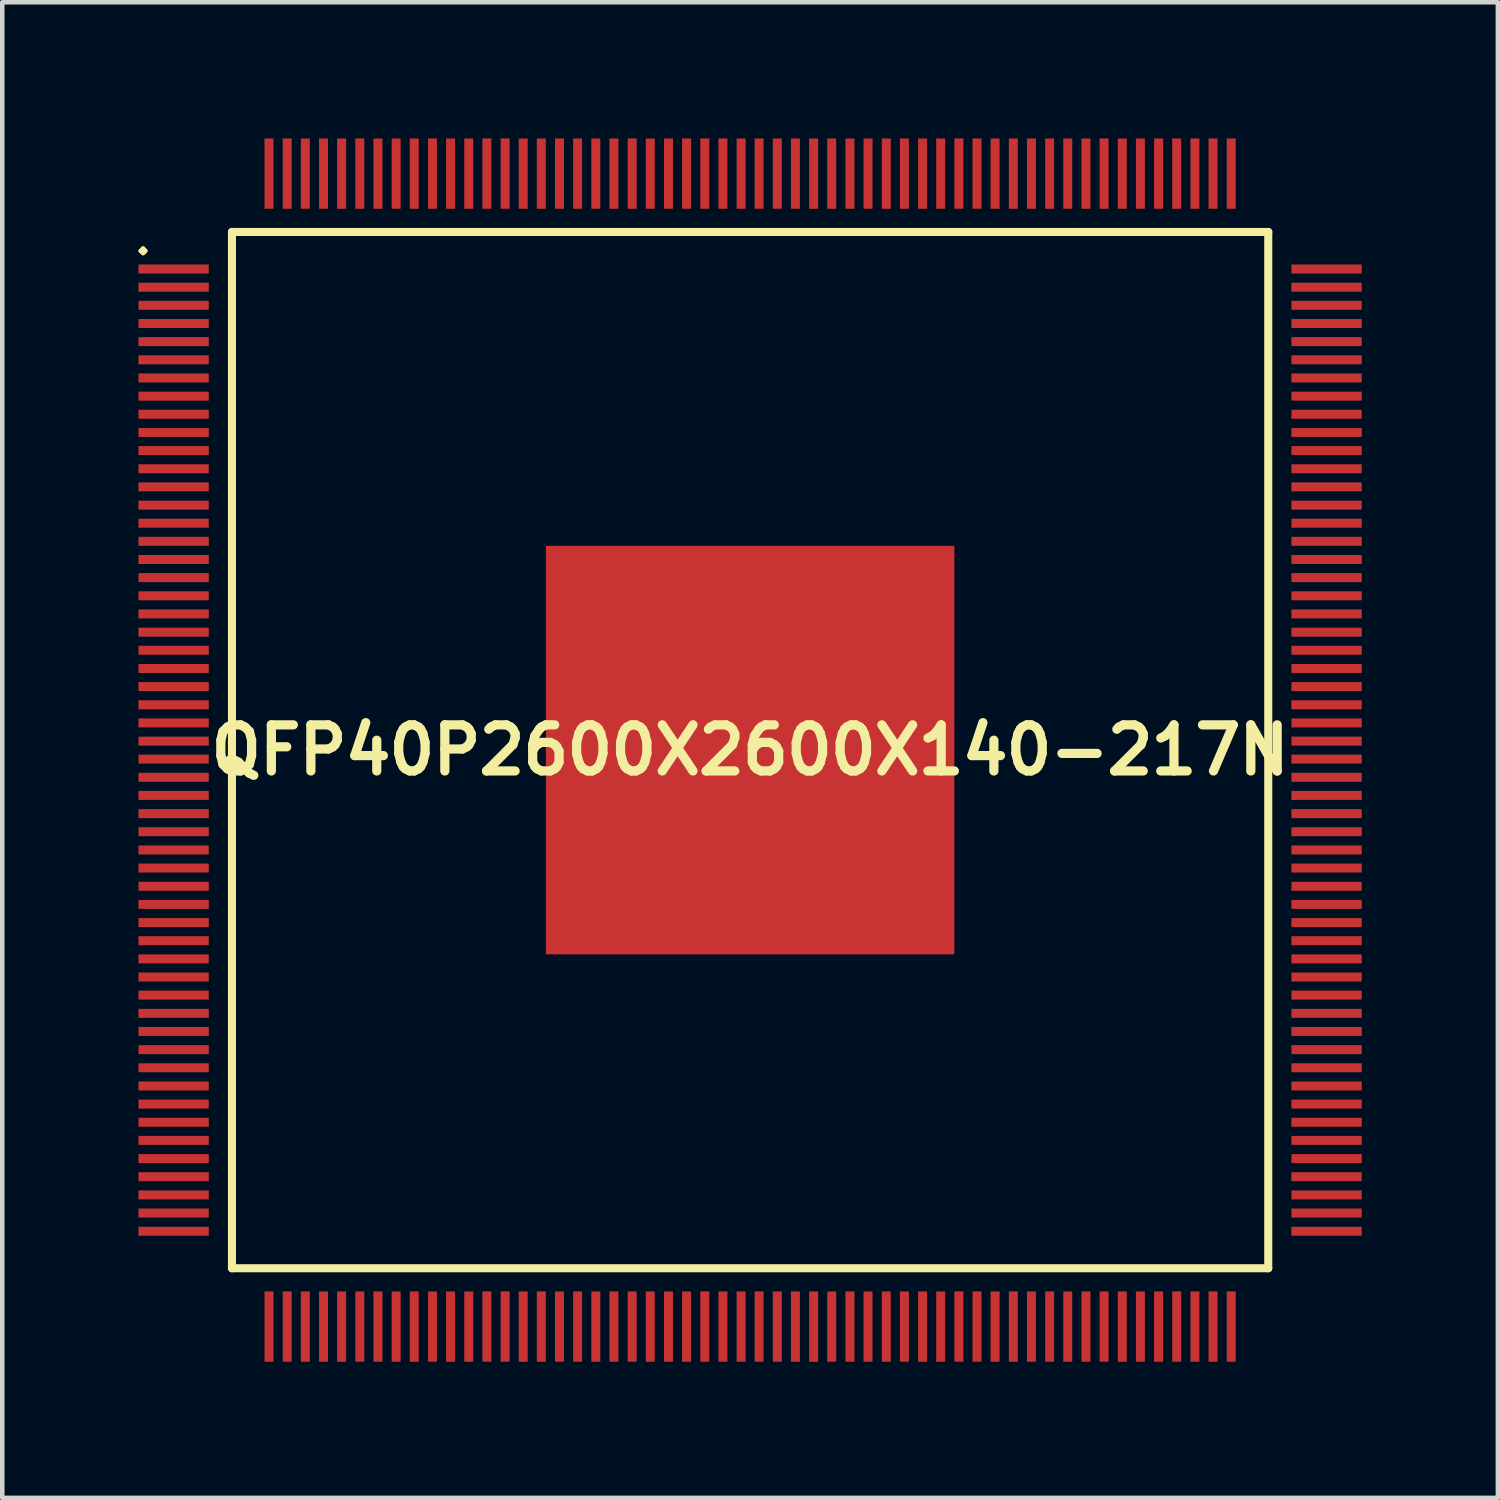
<source format=kicad_pcb>
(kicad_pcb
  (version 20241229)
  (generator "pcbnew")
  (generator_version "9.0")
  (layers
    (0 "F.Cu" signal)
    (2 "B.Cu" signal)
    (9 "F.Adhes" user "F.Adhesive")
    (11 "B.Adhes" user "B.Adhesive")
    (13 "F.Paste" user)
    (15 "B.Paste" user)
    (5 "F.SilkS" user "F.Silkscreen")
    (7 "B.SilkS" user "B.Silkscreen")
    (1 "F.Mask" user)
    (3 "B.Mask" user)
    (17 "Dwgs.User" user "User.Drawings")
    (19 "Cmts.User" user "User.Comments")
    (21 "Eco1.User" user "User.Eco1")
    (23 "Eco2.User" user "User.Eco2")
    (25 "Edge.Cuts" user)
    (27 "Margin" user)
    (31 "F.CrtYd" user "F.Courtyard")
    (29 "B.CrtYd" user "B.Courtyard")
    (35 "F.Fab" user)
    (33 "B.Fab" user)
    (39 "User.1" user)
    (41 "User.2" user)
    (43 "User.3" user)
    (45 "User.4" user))
  (footprint "QFP40P2600X2600X140-217N"
    (layer "F.Cu")
    (at 13.475 13.475)
    (property "Reference" "QFP40P2600X2600X140-217N" (at 0 0 0) (layer "F.SilkS") (effects (font (size 1.016 1.016) (thickness 0.203))))
    (attr smd)
    (fp_line (start -13.424 -10.998) (end -13.373 -11.049) (stroke (width 0.099) (type solid)) (layer "F.SilkS"))
    (fp_line (start -13.373 -11.049) (end -13.325 -10.998) (stroke (width 0.099) (type solid)) (layer "F.SilkS"))
    (fp_line (start -13.373 -10.95) (end -13.424 -10.998) (stroke (width 0.099) (type solid)) (layer "F.SilkS"))
    (fp_line (start -13.325 -10.998) (end -13.373 -10.95) (stroke (width 0.099) (type solid)) (layer "F.SilkS"))
    (fp_line (start -11.415 -11.415) (end -11.415 11.415) (stroke (width 0.178) (type solid)) (layer "F.SilkS"))
    (fp_line (start -11.415 11.415) (end 11.415 11.415) (stroke (width 0.178) (type solid)) (layer "F.SilkS"))
    (fp_line (start 11.415 -11.415) (end -11.415 -11.415) (stroke (width 0.178) (type solid)) (layer "F.SilkS"))
    (fp_line (start 11.415 11.415) (end 11.415 -11.415) (stroke (width 0.178) (type solid)) (layer "F.SilkS"))
    (pad "1" smd rect (at -12.7 -10.599) (size 1.549 0.198) (layers "F.Cu" "F.Mask" "F.Paste"))
    (pad "2" smd rect (at -12.7 -10.198) (size 1.549 0.198) (layers "F.Cu" "F.Mask" "F.Paste"))
    (pad "3" smd rect (at -12.7 -9.799) (size 1.549 0.198) (layers "F.Cu" "F.Mask" "F.Paste"))
    (pad "4" smd rect (at -12.7 -9.398) (size 1.549 0.198) (layers "F.Cu" "F.Mask" "F.Paste"))
    (pad "5" smd rect (at -12.7 -8.999) (size 1.549 0.198) (layers "F.Cu" "F.Mask" "F.Paste"))
    (pad "6" smd rect (at -12.7 -8.598) (size 1.549 0.198) (layers "F.Cu" "F.Mask" "F.Paste"))
    (pad "7" smd rect (at -12.7 -8.199) (size 1.549 0.198) (layers "F.Cu" "F.Mask" "F.Paste"))
    (pad "8" smd rect (at -12.7 -7.798) (size 1.549 0.198) (layers "F.Cu" "F.Mask" "F.Paste"))
    (pad "9" smd rect (at -12.7 -7.399) (size 1.549 0.198) (layers "F.Cu" "F.Mask" "F.Paste"))
    (pad "10" smd rect (at -12.7 -6.998) (size 1.549 0.198) (layers "F.Cu" "F.Mask" "F.Paste"))
    (pad "11" smd rect (at -12.7 -6.599) (size 1.549 0.198) (layers "F.Cu" "F.Mask" "F.Paste"))
    (pad "12" smd rect (at -12.7 -6.198) (size 1.549 0.198) (layers "F.Cu" "F.Mask" "F.Paste"))
    (pad "13" smd rect (at -12.7 -5.799) (size 1.549 0.198) (layers "F.Cu" "F.Mask" "F.Paste"))
    (pad "14" smd rect (at -12.7 -5.397) (size 1.549 0.198) (layers "F.Cu" "F.Mask" "F.Paste"))
    (pad "15" smd rect (at -12.7 -4.999) (size 1.549 0.198) (layers "F.Cu" "F.Mask" "F.Paste"))
    (pad "16" smd rect (at -12.7 -4.6) (size 1.549 0.198) (layers "F.Cu" "F.Mask" "F.Paste"))
    (pad "17" smd rect (at -12.7 -4.199) (size 1.549 0.198) (layers "F.Cu" "F.Mask" "F.Paste"))
    (pad "18" smd rect (at -12.7 -3.8) (size 1.549 0.198) (layers "F.Cu" "F.Mask" "F.Paste"))
    (pad "19" smd rect (at -12.7 -3.399) (size 1.549 0.198) (layers "F.Cu" "F.Mask" "F.Paste"))
    (pad "20" smd rect (at -12.7 -3) (size 1.549 0.198) (layers "F.Cu" "F.Mask" "F.Paste"))
    (pad "21" smd rect (at -12.7 -2.598) (size 1.549 0.198) (layers "F.Cu" "F.Mask" "F.Paste"))
    (pad "22" smd rect (at -12.7 -2.2) (size 1.549 0.198) (layers "F.Cu" "F.Mask" "F.Paste"))
    (pad "23" smd rect (at -12.7 -1.798) (size 1.549 0.198) (layers "F.Cu" "F.Mask" "F.Paste"))
    (pad "24" smd rect (at -12.7 -1.4) (size 1.549 0.198) (layers "F.Cu" "F.Mask" "F.Paste"))
    (pad "25" smd rect (at -12.7 -0.998) (size 1.549 0.198) (layers "F.Cu" "F.Mask" "F.Paste"))
    (pad "26" smd rect (at -12.7 -0.599) (size 1.549 0.198) (layers "F.Cu" "F.Mask" "F.Paste"))
    (pad "27" smd rect (at -12.7 -0.198) (size 1.549 0.198) (layers "F.Cu" "F.Mask" "F.Paste"))
    (pad "28" smd rect (at -12.7 0.198) (size 1.549 0.198) (layers "F.Cu" "F.Mask" "F.Paste"))
    (pad "29" smd rect (at -12.7 0.599) (size 1.549 0.198) (layers "F.Cu" "F.Mask" "F.Paste"))
    (pad "30" smd rect (at -12.7 0.998) (size 1.549 0.198) (layers "F.Cu" "F.Mask" "F.Paste"))
    (pad "31" smd rect (at -12.7 1.4) (size 1.549 0.198) (layers "F.Cu" "F.Mask" "F.Paste"))
    (pad "32" smd rect (at -12.7 1.798) (size 1.549 0.198) (layers "F.Cu" "F.Mask" "F.Paste"))
    (pad "33" smd rect (at -12.7 2.2) (size 1.549 0.198) (layers "F.Cu" "F.Mask" "F.Paste"))
    (pad "34" smd rect (at -12.7 2.598) (size 1.549 0.198) (layers "F.Cu" "F.Mask" "F.Paste"))
    (pad "35" smd rect (at -12.7 3) (size 1.549 0.198) (layers "F.Cu" "F.Mask" "F.Paste"))
    (pad "36" smd rect (at -12.7 3.399) (size 1.549 0.198) (layers "F.Cu" "F.Mask" "F.Paste"))
    (pad "37" smd rect (at -12.7 3.8) (size 1.549 0.198) (layers "F.Cu" "F.Mask" "F.Paste"))
    (pad "38" smd rect (at -12.7 4.199) (size 1.549 0.198) (layers "F.Cu" "F.Mask" "F.Paste"))
    (pad "39" smd rect (at -12.7 4.6) (size 1.549 0.198) (layers "F.Cu" "F.Mask" "F.Paste"))
    (pad "40" smd rect (at -12.7 4.999) (size 1.549 0.198) (layers "F.Cu" "F.Mask" "F.Paste"))
    (pad "41" smd rect (at -12.7 5.397) (size 1.549 0.198) (layers "F.Cu" "F.Mask" "F.Paste"))
    (pad "42" smd rect (at -12.7 5.799) (size 1.549 0.198) (layers "F.Cu" "F.Mask" "F.Paste"))
    (pad "43" smd rect (at -12.7 6.198) (size 1.549 0.198) (layers "F.Cu" "F.Mask" "F.Paste"))
    (pad "44" smd rect (at -12.7 6.599) (size 1.549 0.198) (layers "F.Cu" "F.Mask" "F.Paste"))
    (pad "45" smd rect (at -12.7 6.998) (size 1.549 0.198) (layers "F.Cu" "F.Mask" "F.Paste"))
    (pad "46" smd rect (at -12.7 7.399) (size 1.549 0.198) (layers "F.Cu" "F.Mask" "F.Paste"))
    (pad "47" smd rect (at -12.7 7.798) (size 1.549 0.198) (layers "F.Cu" "F.Mask" "F.Paste"))
    (pad "48" smd rect (at -12.7 8.199) (size 1.549 0.198) (layers "F.Cu" "F.Mask" "F.Paste"))
    (pad "49" smd rect (at -12.7 8.598) (size 1.549 0.198) (layers "F.Cu" "F.Mask" "F.Paste"))
    (pad "50" smd rect (at -12.7 8.999) (size 1.549 0.198) (layers "F.Cu" "F.Mask" "F.Paste"))
    (pad "51" smd rect (at -12.7 9.398) (size 1.549 0.198) (layers "F.Cu" "F.Mask" "F.Paste"))
    (pad "52" smd rect (at -12.7 9.799) (size 1.549 0.198) (layers "F.Cu" "F.Mask" "F.Paste"))
    (pad "53" smd rect (at -12.7 10.198) (size 1.549 0.198) (layers "F.Cu" "F.Mask" "F.Paste"))
    (pad "54" smd rect (at -12.7 10.599) (size 1.549 0.198) (layers "F.Cu" "F.Mask" "F.Paste"))
    (pad "55" smd rect (at -10.599 12.7) (size 0.198 1.549) (layers "F.Cu" "F.Mask" "F.Paste"))
    (pad "56" smd rect (at -10.198 12.7) (size 0.198 1.549) (layers "F.Cu" "F.Mask" "F.Paste"))
    (pad "57" smd rect (at -9.799 12.7) (size 0.198 1.549) (layers "F.Cu" "F.Mask" "F.Paste"))
    (pad "58" smd rect (at -9.398 12.7) (size 0.198 1.549) (layers "F.Cu" "F.Mask" "F.Paste"))
    (pad "59" smd rect (at -8.999 12.7) (size 0.198 1.549) (layers "F.Cu" "F.Mask" "F.Paste"))
    (pad "60" smd rect (at -8.598 12.7) (size 0.198 1.549) (layers "F.Cu" "F.Mask" "F.Paste"))
    (pad "61" smd rect (at -8.199 12.7) (size 0.198 1.549) (layers "F.Cu" "F.Mask" "F.Paste"))
    (pad "62" smd rect (at -7.798 12.7) (size 0.198 1.549) (layers "F.Cu" "F.Mask" "F.Paste"))
    (pad "63" smd rect (at -7.399 12.7) (size 0.198 1.549) (layers "F.Cu" "F.Mask" "F.Paste"))
    (pad "64" smd rect (at -6.998 12.7) (size 0.198 1.549) (layers "F.Cu" "F.Mask" "F.Paste"))
    (pad "65" smd rect (at -6.599 12.7) (size 0.198 1.549) (layers "F.Cu" "F.Mask" "F.Paste"))
    (pad "66" smd rect (at -6.198 12.7) (size 0.198 1.549) (layers "F.Cu" "F.Mask" "F.Paste"))
    (pad "67" smd rect (at -5.799 12.7) (size 0.198 1.549) (layers "F.Cu" "F.Mask" "F.Paste"))
    (pad "68" smd rect (at -5.397 12.7) (size 0.198 1.549) (layers "F.Cu" "F.Mask" "F.Paste"))
    (pad "69" smd rect (at -4.999 12.7) (size 0.198 1.549) (layers "F.Cu" "F.Mask" "F.Paste"))
    (pad "70" smd rect (at -4.6 12.7) (size 0.198 1.549) (layers "F.Cu" "F.Mask" "F.Paste"))
    (pad "71" smd rect (at -4.199 12.7) (size 0.198 1.549) (layers "F.Cu" "F.Mask" "F.Paste"))
    (pad "72" smd rect (at -3.8 12.7) (size 0.198 1.549) (layers "F.Cu" "F.Mask" "F.Paste"))
    (pad "73" smd rect (at -3.399 12.7) (size 0.198 1.549) (layers "F.Cu" "F.Mask" "F.Paste"))
    (pad "74" smd rect (at -3 12.7) (size 0.198 1.549) (layers "F.Cu" "F.Mask" "F.Paste"))
    (pad "75" smd rect (at -2.598 12.7) (size 0.198 1.549) (layers "F.Cu" "F.Mask" "F.Paste"))
    (pad "76" smd rect (at -2.2 12.7) (size 0.198 1.549) (layers "F.Cu" "F.Mask" "F.Paste"))
    (pad "77" smd rect (at -1.798 12.7) (size 0.198 1.549) (layers "F.Cu" "F.Mask" "F.Paste"))
    (pad "78" smd rect (at -1.4 12.7) (size 0.198 1.549) (layers "F.Cu" "F.Mask" "F.Paste"))
    (pad "79" smd rect (at -0.998 12.7) (size 0.198 1.549) (layers "F.Cu" "F.Mask" "F.Paste"))
    (pad "80" smd rect (at -0.599 12.7) (size 0.198 1.549) (layers "F.Cu" "F.Mask" "F.Paste"))
    (pad "81" smd rect (at -0.198 12.7) (size 0.198 1.549) (layers "F.Cu" "F.Mask" "F.Paste"))
    (pad "82" smd rect (at 0.198 12.7) (size 0.198 1.549) (layers "F.Cu" "F.Mask" "F.Paste"))
    (pad "83" smd rect (at 0.599 12.7) (size 0.198 1.549) (layers "F.Cu" "F.Mask" "F.Paste"))
    (pad "84" smd rect (at 0.998 12.7) (size 0.198 1.549) (layers "F.Cu" "F.Mask" "F.Paste"))
    (pad "85" smd rect (at 1.4 12.7) (size 0.198 1.549) (layers "F.Cu" "F.Mask" "F.Paste"))
    (pad "86" smd rect (at 1.798 12.7) (size 0.198 1.549) (layers "F.Cu" "F.Mask" "F.Paste"))
    (pad "87" smd rect (at 2.2 12.7) (size 0.198 1.549) (layers "F.Cu" "F.Mask" "F.Paste"))
    (pad "88" smd rect (at 2.598 12.7) (size 0.198 1.549) (layers "F.Cu" "F.Mask" "F.Paste"))
    (pad "89" smd rect (at 3 12.7) (size 0.198 1.549) (layers "F.Cu" "F.Mask" "F.Paste"))
    (pad "90" smd rect (at 3.399 12.7) (size 0.198 1.549) (layers "F.Cu" "F.Mask" "F.Paste"))
    (pad "91" smd rect (at 3.8 12.7) (size 0.198 1.549) (layers "F.Cu" "F.Mask" "F.Paste"))
    (pad "92" smd rect (at 4.199 12.7) (size 0.198 1.549) (layers "F.Cu" "F.Mask" "F.Paste"))
    (pad "93" smd rect (at 4.6 12.7) (size 0.198 1.549) (layers "F.Cu" "F.Mask" "F.Paste"))
    (pad "94" smd rect (at 4.999 12.7) (size 0.198 1.549) (layers "F.Cu" "F.Mask" "F.Paste"))
    (pad "95" smd rect (at 5.397 12.7) (size 0.198 1.549) (layers "F.Cu" "F.Mask" "F.Paste"))
    (pad "96" smd rect (at 5.799 12.7) (size 0.198 1.549) (layers "F.Cu" "F.Mask" "F.Paste"))
    (pad "97" smd rect (at 6.198 12.7) (size 0.198 1.549) (layers "F.Cu" "F.Mask" "F.Paste"))
    (pad "98" smd rect (at 6.599 12.7) (size 0.198 1.549) (layers "F.Cu" "F.Mask" "F.Paste"))
    (pad "99" smd rect (at 6.998 12.7) (size 0.198 1.549) (layers "F.Cu" "F.Mask" "F.Paste"))
    (pad "100" smd rect (at 7.399 12.7) (size 0.198 1.549) (layers "F.Cu" "F.Mask" "F.Paste"))
    (pad "101" smd rect (at 7.798 12.7) (size 0.198 1.549) (layers "F.Cu" "F.Mask" "F.Paste"))
    (pad "102" smd rect (at 8.199 12.7) (size 0.198 1.549) (layers "F.Cu" "F.Mask" "F.Paste"))
    (pad "103" smd rect (at 8.598 12.7) (size 0.198 1.549) (layers "F.Cu" "F.Mask" "F.Paste"))
    (pad "104" smd rect (at 8.999 12.7) (size 0.198 1.549) (layers "F.Cu" "F.Mask" "F.Paste"))
    (pad "105" smd rect (at 9.398 12.7) (size 0.198 1.549) (layers "F.Cu" "F.Mask" "F.Paste"))
    (pad "106" smd rect (at 9.799 12.7) (size 0.198 1.549) (layers "F.Cu" "F.Mask" "F.Paste"))
    (pad "107" smd rect (at 10.198 12.7) (size 0.198 1.549) (layers "F.Cu" "F.Mask" "F.Paste"))
    (pad "108" smd rect (at 10.599 12.7) (size 0.198 1.549) (layers "F.Cu" "F.Mask" "F.Paste"))
    (pad "109" smd rect (at 12.7 10.599) (size 1.549 0.198) (layers "F.Cu" "F.Mask" "F.Paste"))
    (pad "110" smd rect (at 12.7 10.198) (size 1.549 0.198) (layers "F.Cu" "F.Mask" "F.Paste"))
    (pad "111" smd rect (at 12.7 9.799) (size 1.549 0.198) (layers "F.Cu" "F.Mask" "F.Paste"))
    (pad "112" smd rect (at 12.7 9.398) (size 1.549 0.198) (layers "F.Cu" "F.Mask" "F.Paste"))
    (pad "113" smd rect (at 12.7 8.999) (size 1.549 0.198) (layers "F.Cu" "F.Mask" "F.Paste"))
    (pad "114" smd rect (at 12.7 8.598) (size 1.549 0.198) (layers "F.Cu" "F.Mask" "F.Paste"))
    (pad "115" smd rect (at 12.7 8.199) (size 1.549 0.198) (layers "F.Cu" "F.Mask" "F.Paste"))
    (pad "116" smd rect (at 12.7 7.798) (size 1.549 0.198) (layers "F.Cu" "F.Mask" "F.Paste"))
    (pad "117" smd rect (at 12.7 7.399) (size 1.549 0.198) (layers "F.Cu" "F.Mask" "F.Paste"))
    (pad "118" smd rect (at 12.7 6.998) (size 1.549 0.198) (layers "F.Cu" "F.Mask" "F.Paste"))
    (pad "119" smd rect (at 12.7 6.599) (size 1.549 0.198) (layers "F.Cu" "F.Mask" "F.Paste"))
    (pad "120" smd rect (at 12.7 6.198) (size 1.549 0.198) (layers "F.Cu" "F.Mask" "F.Paste"))
    (pad "121" smd rect (at 12.7 5.799) (size 1.549 0.198) (layers "F.Cu" "F.Mask" "F.Paste"))
    (pad "122" smd rect (at 12.7 5.397) (size 1.549 0.198) (layers "F.Cu" "F.Mask" "F.Paste"))
    (pad "123" smd rect (at 12.7 4.999) (size 1.549 0.198) (layers "F.Cu" "F.Mask" "F.Paste"))
    (pad "124" smd rect (at 12.7 4.6) (size 1.549 0.198) (layers "F.Cu" "F.Mask" "F.Paste"))
    (pad "125" smd rect (at 12.7 4.199) (size 1.549 0.198) (layers "F.Cu" "F.Mask" "F.Paste"))
    (pad "126" smd rect (at 12.7 3.8) (size 1.549 0.198) (layers "F.Cu" "F.Mask" "F.Paste"))
    (pad "127" smd rect (at 12.7 3.399) (size 1.549 0.198) (layers "F.Cu" "F.Mask" "F.Paste"))
    (pad "128" smd rect (at 12.7 3) (size 1.549 0.198) (layers "F.Cu" "F.Mask" "F.Paste"))
    (pad "129" smd rect (at 12.7 2.598) (size 1.549 0.198) (layers "F.Cu" "F.Mask" "F.Paste"))
    (pad "130" smd rect (at 12.7 2.2) (size 1.549 0.198) (layers "F.Cu" "F.Mask" "F.Paste"))
    (pad "131" smd rect (at 12.7 1.798) (size 1.549 0.198) (layers "F.Cu" "F.Mask" "F.Paste"))
    (pad "132" smd rect (at 12.7 1.4) (size 1.549 0.198) (layers "F.Cu" "F.Mask" "F.Paste"))
    (pad "133" smd rect (at 12.7 0.998) (size 1.549 0.198) (layers "F.Cu" "F.Mask" "F.Paste"))
    (pad "134" smd rect (at 12.7 0.599) (size 1.549 0.198) (layers "F.Cu" "F.Mask" "F.Paste"))
    (pad "135" smd rect (at 12.7 0.198) (size 1.549 0.198) (layers "F.Cu" "F.Mask" "F.Paste"))
    (pad "136" smd rect (at 12.7 -0.198) (size 1.549 0.198) (layers "F.Cu" "F.Mask" "F.Paste"))
    (pad "137" smd rect (at 12.7 -0.599) (size 1.549 0.198) (layers "F.Cu" "F.Mask" "F.Paste"))
    (pad "138" smd rect (at 12.7 -0.998) (size 1.549 0.198) (layers "F.Cu" "F.Mask" "F.Paste"))
    (pad "139" smd rect (at 12.7 -1.4) (size 1.549 0.198) (layers "F.Cu" "F.Mask" "F.Paste"))
    (pad "140" smd rect (at 12.7 -1.798) (size 1.549 0.198) (layers "F.Cu" "F.Mask" "F.Paste"))
    (pad "141" smd rect (at 12.7 -2.2) (size 1.549 0.198) (layers "F.Cu" "F.Mask" "F.Paste"))
    (pad "142" smd rect (at 12.7 -2.598) (size 1.549 0.198) (layers "F.Cu" "F.Mask" "F.Paste"))
    (pad "143" smd rect (at 12.7 -3) (size 1.549 0.198) (layers "F.Cu" "F.Mask" "F.Paste"))
    (pad "144" smd rect (at 12.7 -3.399) (size 1.549 0.198) (layers "F.Cu" "F.Mask" "F.Paste"))
    (pad "145" smd rect (at 12.7 -3.8) (size 1.549 0.198) (layers "F.Cu" "F.Mask" "F.Paste"))
    (pad "146" smd rect (at 12.7 -4.199) (size 1.549 0.198) (layers "F.Cu" "F.Mask" "F.Paste"))
    (pad "147" smd rect (at 12.7 -4.6) (size 1.549 0.198) (layers "F.Cu" "F.Mask" "F.Paste"))
    (pad "148" smd rect (at 12.7 -4.999) (size 1.549 0.198) (layers "F.Cu" "F.Mask" "F.Paste"))
    (pad "149" smd rect (at 12.7 -5.397) (size 1.549 0.198) (layers "F.Cu" "F.Mask" "F.Paste"))
    (pad "150" smd rect (at 12.7 -5.799) (size 1.549 0.198) (layers "F.Cu" "F.Mask" "F.Paste"))
    (pad "151" smd rect (at 12.7 -6.198) (size 1.549 0.198) (layers "F.Cu" "F.Mask" "F.Paste"))
    (pad "152" smd rect (at 12.7 -6.599) (size 1.549 0.198) (layers "F.Cu" "F.Mask" "F.Paste"))
    (pad "153" smd rect (at 12.7 -6.998) (size 1.549 0.198) (layers "F.Cu" "F.Mask" "F.Paste"))
    (pad "154" smd rect (at 12.7 -7.399) (size 1.549 0.198) (layers "F.Cu" "F.Mask" "F.Paste"))
    (pad "155" smd rect (at 12.7 -7.798) (size 1.549 0.198) (layers "F.Cu" "F.Mask" "F.Paste"))
    (pad "156" smd rect (at 12.7 -8.199) (size 1.549 0.198) (layers "F.Cu" "F.Mask" "F.Paste"))
    (pad "157" smd rect (at 12.7 -8.598) (size 1.549 0.198) (layers "F.Cu" "F.Mask" "F.Paste"))
    (pad "158" smd rect (at 12.7 -8.999) (size 1.549 0.198) (layers "F.Cu" "F.Mask" "F.Paste"))
    (pad "159" smd rect (at 12.7 -9.398) (size 1.549 0.198) (layers "F.Cu" "F.Mask" "F.Paste"))
    (pad "160" smd rect (at 12.7 -9.799) (size 1.549 0.198) (layers "F.Cu" "F.Mask" "F.Paste"))
    (pad "161" smd rect (at 12.7 -10.198) (size 1.549 0.198) (layers "F.Cu" "F.Mask" "F.Paste"))
    (pad "162" smd rect (at 12.7 -10.599) (size 1.549 0.198) (layers "F.Cu" "F.Mask" "F.Paste"))
    (pad "163" smd rect (at 10.599 -12.7) (size 0.198 1.549) (layers "F.Cu" "F.Mask" "F.Paste"))
    (pad "164" smd rect (at 10.198 -12.7) (size 0.198 1.549) (layers "F.Cu" "F.Mask" "F.Paste"))
    (pad "165" smd rect (at 9.799 -12.7) (size 0.198 1.549) (layers "F.Cu" "F.Mask" "F.Paste"))
    (pad "166" smd rect (at 9.398 -12.7) (size 0.198 1.549) (layers "F.Cu" "F.Mask" "F.Paste"))
    (pad "167" smd rect (at 8.999 -12.7) (size 0.198 1.549) (layers "F.Cu" "F.Mask" "F.Paste"))
    (pad "168" smd rect (at 8.598 -12.7) (size 0.198 1.549) (layers "F.Cu" "F.Mask" "F.Paste"))
    (pad "169" smd rect (at 8.199 -12.7) (size 0.198 1.549) (layers "F.Cu" "F.Mask" "F.Paste"))
    (pad "170" smd rect (at 7.798 -12.7) (size 0.198 1.549) (layers "F.Cu" "F.Mask" "F.Paste"))
    (pad "171" smd rect (at 7.399 -12.7) (size 0.198 1.549) (layers "F.Cu" "F.Mask" "F.Paste"))
    (pad "172" smd rect (at 6.998 -12.7) (size 0.198 1.549) (layers "F.Cu" "F.Mask" "F.Paste"))
    (pad "173" smd rect (at 6.599 -12.7) (size 0.198 1.549) (layers "F.Cu" "F.Mask" "F.Paste"))
    (pad "174" smd rect (at 6.198 -12.7) (size 0.198 1.549) (layers "F.Cu" "F.Mask" "F.Paste"))
    (pad "175" smd rect (at 5.799 -12.7) (size 0.198 1.549) (layers "F.Cu" "F.Mask" "F.Paste"))
    (pad "176" smd rect (at 5.397 -12.7) (size 0.198 1.549) (layers "F.Cu" "F.Mask" "F.Paste"))
    (pad "177" smd rect (at 4.999 -12.7) (size 0.198 1.549) (layers "F.Cu" "F.Mask" "F.Paste"))
    (pad "178" smd rect (at 4.6 -12.7) (size 0.198 1.549) (layers "F.Cu" "F.Mask" "F.Paste"))
    (pad "179" smd rect (at 4.199 -12.7) (size 0.198 1.549) (layers "F.Cu" "F.Mask" "F.Paste"))
    (pad "180" smd rect (at 3.8 -12.7) (size 0.198 1.549) (layers "F.Cu" "F.Mask" "F.Paste"))
    (pad "181" smd rect (at 3.399 -12.7) (size 0.198 1.549) (layers "F.Cu" "F.Mask" "F.Paste"))
    (pad "182" smd rect (at 3 -12.7) (size 0.198 1.549) (layers "F.Cu" "F.Mask" "F.Paste"))
    (pad "183" smd rect (at 2.598 -12.7) (size 0.198 1.549) (layers "F.Cu" "F.Mask" "F.Paste"))
    (pad "184" smd rect (at 2.2 -12.7) (size 0.198 1.549) (layers "F.Cu" "F.Mask" "F.Paste"))
    (pad "185" smd rect (at 1.798 -12.7) (size 0.198 1.549) (layers "F.Cu" "F.Mask" "F.Paste"))
    (pad "186" smd rect (at 1.4 -12.7) (size 0.198 1.549) (layers "F.Cu" "F.Mask" "F.Paste"))
    (pad "187" smd rect (at 0.998 -12.7) (size 0.198 1.549) (layers "F.Cu" "F.Mask" "F.Paste"))
    (pad "188" smd rect (at 0.599 -12.7) (size 0.198 1.549) (layers "F.Cu" "F.Mask" "F.Paste"))
    (pad "189" smd rect (at 0.198 -12.7) (size 0.198 1.549) (layers "F.Cu" "F.Mask" "F.Paste"))
    (pad "190" smd rect (at -0.198 -12.7) (size 0.198 1.549) (layers "F.Cu" "F.Mask" "F.Paste"))
    (pad "191" smd rect (at -0.599 -12.7) (size 0.198 1.549) (layers "F.Cu" "F.Mask" "F.Paste"))
    (pad "192" smd rect (at -0.998 -12.7) (size 0.198 1.549) (layers "F.Cu" "F.Mask" "F.Paste"))
    (pad "193" smd rect (at -1.4 -12.7) (size 0.198 1.549) (layers "F.Cu" "F.Mask" "F.Paste"))
    (pad "194" smd rect (at -1.798 -12.7) (size 0.198 1.549) (layers "F.Cu" "F.Mask" "F.Paste"))
    (pad "195" smd rect (at -2.2 -12.7) (size 0.198 1.549) (layers "F.Cu" "F.Mask" "F.Paste"))
    (pad "196" smd rect (at -2.598 -12.7) (size 0.198 1.549) (layers "F.Cu" "F.Mask" "F.Paste"))
    (pad "197" smd rect (at -3 -12.7) (size 0.198 1.549) (layers "F.Cu" "F.Mask" "F.Paste"))
    (pad "198" smd rect (at -3.399 -12.7) (size 0.198 1.549) (layers "F.Cu" "F.Mask" "F.Paste"))
    (pad "199" smd rect (at -3.8 -12.7) (size 0.198 1.549) (layers "F.Cu" "F.Mask" "F.Paste"))
    (pad "200" smd rect (at -4.199 -12.7) (size 0.198 1.549) (layers "F.Cu" "F.Mask" "F.Paste"))
    (pad "201" smd rect (at -4.6 -12.7) (size 0.198 1.549) (layers "F.Cu" "F.Mask" "F.Paste"))
    (pad "202" smd rect (at -4.999 -12.7) (size 0.198 1.549) (layers "F.Cu" "F.Mask" "F.Paste"))
    (pad "203" smd rect (at -5.397 -12.7) (size 0.198 1.549) (layers "F.Cu" "F.Mask" "F.Paste"))
    (pad "204" smd rect (at -5.799 -12.7) (size 0.198 1.549) (layers "F.Cu" "F.Mask" "F.Paste"))
    (pad "205" smd rect (at -6.198 -12.7) (size 0.198 1.549) (layers "F.Cu" "F.Mask" "F.Paste"))
    (pad "206" smd rect (at -6.599 -12.7) (size 0.198 1.549) (layers "F.Cu" "F.Mask" "F.Paste"))
    (pad "207" smd rect (at -6.998 -12.7) (size 0.198 1.549) (layers "F.Cu" "F.Mask" "F.Paste"))
    (pad "208" smd rect (at -7.399 -12.7) (size 0.198 1.549) (layers "F.Cu" "F.Mask" "F.Paste"))
    (pad "209" smd rect (at -7.798 -12.7) (size 0.198 1.549) (layers "F.Cu" "F.Mask" "F.Paste"))
    (pad "210" smd rect (at -8.199 -12.7) (size 0.198 1.549) (layers "F.Cu" "F.Mask" "F.Paste"))
    (pad "211" smd rect (at -8.598 -12.7) (size 0.198 1.549) (layers "F.Cu" "F.Mask" "F.Paste"))
    (pad "212" smd rect (at -8.999 -12.7) (size 0.198 1.549) (layers "F.Cu" "F.Mask" "F.Paste"))
    (pad "213" smd rect (at -9.398 -12.7) (size 0.198 1.549) (layers "F.Cu" "F.Mask" "F.Paste"))
    (pad "214" smd rect (at -9.799 -12.7) (size 0.198 1.549) (layers "F.Cu" "F.Mask" "F.Paste"))
    (pad "215" smd rect (at -10.198 -12.7) (size 0.198 1.549) (layers "F.Cu" "F.Mask" "F.Paste"))
    (pad "216" smd rect (at -10.599 -12.7) (size 0.198 1.549) (layers "F.Cu" "F.Mask" "F.Paste"))
    (pad "217" smd rect (at 0 0) (size 8.999 8.999) (layers "F.Cu" "F.Mask" "F.Paste")))
  (gr_rect
    (start -3 -3)
    (end 29.949 29.949)
    (stroke (width 0.1) (type default))
    (fill no)
    (layer "Edge.Cuts")))
</source>
